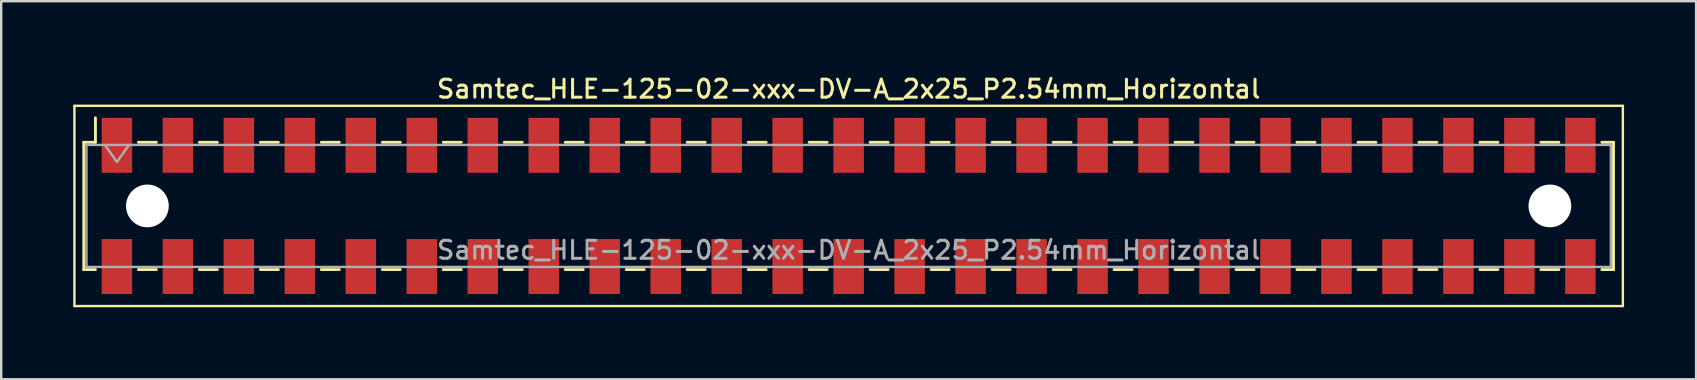
<source format=kicad_pcb>
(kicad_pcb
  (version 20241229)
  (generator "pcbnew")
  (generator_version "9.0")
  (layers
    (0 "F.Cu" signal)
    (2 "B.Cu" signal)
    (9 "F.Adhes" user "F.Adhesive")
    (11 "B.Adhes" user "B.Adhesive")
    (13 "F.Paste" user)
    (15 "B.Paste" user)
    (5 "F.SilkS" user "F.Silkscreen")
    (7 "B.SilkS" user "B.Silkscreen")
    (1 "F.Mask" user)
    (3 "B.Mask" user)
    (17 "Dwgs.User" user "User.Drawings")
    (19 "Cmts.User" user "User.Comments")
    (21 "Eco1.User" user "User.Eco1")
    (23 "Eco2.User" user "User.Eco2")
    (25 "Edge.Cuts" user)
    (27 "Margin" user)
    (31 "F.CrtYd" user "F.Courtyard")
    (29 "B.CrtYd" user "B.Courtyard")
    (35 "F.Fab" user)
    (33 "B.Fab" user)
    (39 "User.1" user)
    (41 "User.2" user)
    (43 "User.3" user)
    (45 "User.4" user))
  (footprint "Samtec_HLE-125-02-xxx-DV-A_2x25_P2.54mm_Horizontal"
    (layer "F.Cu")
    (at 32.3 5.528)
    (property "Reference" "Samtec_HLE-125-02-xxx-DV-A_2x25_P2.54mm_Horizontal" (at 0 -4.87 0) (layer "F.SilkS") (effects (font (size 0.75 0.75) (thickness 0.125))))
    (attr smd)
    (fp_line (start -32.25 -4.17) (end 32.25 -4.17) (stroke (width 0.1) (type solid)) (layer "F.SilkS"))
    (fp_line (start -32.25 4.17) (end -32.25 -4.17) (stroke (width 0.1) (type solid)) (layer "F.SilkS"))
    (fp_line (start -31.86 -2.65) (end -31.86 2.65) (stroke (width 0.12) (type solid)) (layer "F.SilkS"))
    (fp_line (start -31.86 2.65) (end -31.375 2.65) (stroke (width 0.12) (type solid)) (layer "F.SilkS"))
    (fp_line (start -31.375 -3.67) (end -31.375 -2.65) (stroke (width 0.12) (type solid)) (layer "F.SilkS"))
    (fp_line (start -31.375 -2.65) (end -31.86 -2.65) (stroke (width 0.12) (type solid)) (layer "F.SilkS"))
    (fp_line (start -29.585 -2.65) (end -28.835 -2.65) (stroke (width 0.12) (type solid)) (layer "F.SilkS"))
    (fp_line (start -29.585 2.65) (end -28.835 2.65) (stroke (width 0.12) (type solid)) (layer "F.SilkS"))
    (fp_line (start -27.045 -2.65) (end -26.295 -2.65) (stroke (width 0.12) (type solid)) (layer "F.SilkS"))
    (fp_line (start -27.045 2.65) (end -26.295 2.65) (stroke (width 0.12) (type solid)) (layer "F.SilkS"))
    (fp_line (start -24.505 -2.65) (end -23.755 -2.65) (stroke (width 0.12) (type solid)) (layer "F.SilkS"))
    (fp_line (start -24.505 2.65) (end -23.755 2.65) (stroke (width 0.12) (type solid)) (layer "F.SilkS"))
    (fp_line (start -21.965 -2.65) (end -21.215 -2.65) (stroke (width 0.12) (type solid)) (layer "F.SilkS"))
    (fp_line (start -21.965 2.65) (end -21.215 2.65) (stroke (width 0.12) (type solid)) (layer "F.SilkS"))
    (fp_line (start -19.425 -2.65) (end -18.675 -2.65) (stroke (width 0.12) (type solid)) (layer "F.SilkS"))
    (fp_line (start -19.425 2.65) (end -18.675 2.65) (stroke (width 0.12) (type solid)) (layer "F.SilkS"))
    (fp_line (start -16.885 -2.65) (end -16.135 -2.65) (stroke (width 0.12) (type solid)) (layer "F.SilkS"))
    (fp_line (start -16.885 2.65) (end -16.135 2.65) (stroke (width 0.12) (type solid)) (layer "F.SilkS"))
    (fp_line (start -14.345 -2.65) (end -13.595 -2.65) (stroke (width 0.12) (type solid)) (layer "F.SilkS"))
    (fp_line (start -14.345 2.65) (end -13.595 2.65) (stroke (width 0.12) (type solid)) (layer "F.SilkS"))
    (fp_line (start -11.805 -2.65) (end -11.055 -2.65) (stroke (width 0.12) (type solid)) (layer "F.SilkS"))
    (fp_line (start -11.805 2.65) (end -11.055 2.65) (stroke (width 0.12) (type solid)) (layer "F.SilkS"))
    (fp_line (start -9.265 -2.65) (end -8.515 -2.65) (stroke (width 0.12) (type solid)) (layer "F.SilkS"))
    (fp_line (start -9.265 2.65) (end -8.515 2.65) (stroke (width 0.12) (type solid)) (layer "F.SilkS"))
    (fp_line (start -6.725 -2.65) (end -5.975 -2.65) (stroke (width 0.12) (type solid)) (layer "F.SilkS"))
    (fp_line (start -6.725 2.65) (end -5.975 2.65) (stroke (width 0.12) (type solid)) (layer "F.SilkS"))
    (fp_line (start -4.185 -2.65) (end -3.435 -2.65) (stroke (width 0.12) (type solid)) (layer "F.SilkS"))
    (fp_line (start -4.185 2.65) (end -3.435 2.65) (stroke (width 0.12) (type solid)) (layer "F.SilkS"))
    (fp_line (start -1.645 -2.65) (end -0.895 -2.65) (stroke (width 0.12) (type solid)) (layer "F.SilkS"))
    (fp_line (start -1.645 2.65) (end -0.895 2.65) (stroke (width 0.12) (type solid)) (layer "F.SilkS"))
    (fp_line (start 0.895 -2.65) (end 1.645 -2.65) (stroke (width 0.12) (type solid)) (layer "F.SilkS"))
    (fp_line (start 0.895 2.65) (end 1.645 2.65) (stroke (width 0.12) (type solid)) (layer "F.SilkS"))
    (fp_line (start 3.435 -2.65) (end 4.185 -2.65) (stroke (width 0.12) (type solid)) (layer "F.SilkS"))
    (fp_line (start 3.435 2.65) (end 4.185 2.65) (stroke (width 0.12) (type solid)) (layer "F.SilkS"))
    (fp_line (start 5.975 -2.65) (end 6.725 -2.65) (stroke (width 0.12) (type solid)) (layer "F.SilkS"))
    (fp_line (start 5.975 2.65) (end 6.725 2.65) (stroke (width 0.12) (type solid)) (layer "F.SilkS"))
    (fp_line (start 8.515 -2.65) (end 9.265 -2.65) (stroke (width 0.12) (type solid)) (layer "F.SilkS"))
    (fp_line (start 8.515 2.65) (end 9.265 2.65) (stroke (width 0.12) (type solid)) (layer "F.SilkS"))
    (fp_line (start 11.055 -2.65) (end 11.805 -2.65) (stroke (width 0.12) (type solid)) (layer "F.SilkS"))
    (fp_line (start 11.055 2.65) (end 11.805 2.65) (stroke (width 0.12) (type solid)) (layer "F.SilkS"))
    (fp_line (start 13.595 -2.65) (end 14.345 -2.65) (stroke (width 0.12) (type solid)) (layer "F.SilkS"))
    (fp_line (start 13.595 2.65) (end 14.345 2.65) (stroke (width 0.12) (type solid)) (layer "F.SilkS"))
    (fp_line (start 16.135 -2.65) (end 16.885 -2.65) (stroke (width 0.12) (type solid)) (layer "F.SilkS"))
    (fp_line (start 16.135 2.65) (end 16.885 2.65) (stroke (width 0.12) (type solid)) (layer "F.SilkS"))
    (fp_line (start 18.675 -2.65) (end 19.425 -2.65) (stroke (width 0.12) (type solid)) (layer "F.SilkS"))
    (fp_line (start 18.675 2.65) (end 19.425 2.65) (stroke (width 0.12) (type solid)) (layer "F.SilkS"))
    (fp_line (start 21.215 -2.65) (end 21.965 -2.65) (stroke (width 0.12) (type solid)) (layer "F.SilkS"))
    (fp_line (start 21.215 2.65) (end 21.965 2.65) (stroke (width 0.12) (type solid)) (layer "F.SilkS"))
    (fp_line (start 23.755 -2.65) (end 24.505 -2.65) (stroke (width 0.12) (type solid)) (layer "F.SilkS"))
    (fp_line (start 23.755 2.65) (end 24.505 2.65) (stroke (width 0.12) (type solid)) (layer "F.SilkS"))
    (fp_line (start 26.295 -2.65) (end 27.045 -2.65) (stroke (width 0.12) (type solid)) (layer "F.SilkS"))
    (fp_line (start 26.295 2.65) (end 27.045 2.65) (stroke (width 0.12) (type solid)) (layer "F.SilkS"))
    (fp_line (start 28.835 -2.65) (end 29.585 -2.65) (stroke (width 0.12) (type solid)) (layer "F.SilkS"))
    (fp_line (start 28.835 2.65) (end 29.585 2.65) (stroke (width 0.12) (type solid)) (layer "F.SilkS"))
    (fp_line (start 31.375 -2.65) (end 31.86 -2.65) (stroke (width 0.12) (type solid)) (layer "F.SilkS"))
    (fp_line (start 31.86 -2.65) (end 31.86 2.65) (stroke (width 0.12) (type solid)) (layer "F.SilkS"))
    (fp_line (start 31.86 2.65) (end 31.375 2.65) (stroke (width 0.12) (type solid)) (layer "F.SilkS"))
    (fp_line (start 32.25 -4.17) (end 32.25 4.17) (stroke (width 0.1) (type solid)) (layer "F.SilkS"))
    (fp_line (start 32.25 4.17) (end -32.25 4.17) (stroke (width 0.1) (type solid)) (layer "F.SilkS"))
    (fp_line (start -31.75 -2.54) (end 31.75 -2.54) (stroke (width 0.1) (type solid)) (layer "F.Fab"))
    (fp_line (start -31.75 2.54) (end -31.75 -2.54) (stroke (width 0.1) (type solid)) (layer "F.Fab"))
    (fp_line (start -30.98 -2.54) (end -30.48 -1.833) (stroke (width 0.1) (type solid)) (layer "F.Fab"))
    (fp_line (start -30.48 -1.833) (end -29.98 -2.54) (stroke (width 0.1) (type solid)) (layer "F.Fab"))
    (fp_line (start 31.75 -2.54) (end 31.75 2.54) (stroke (width 0.1) (type solid)) (layer "F.Fab"))
    (fp_line (start 31.75 2.54) (end -31.75 2.54) (stroke (width 0.1) (type solid)) (layer "F.Fab"))
    (fp_text user "${REFERENCE}" (at 0 1.84 0) (layer "F.Fab") (effects (font (size 0.75 0.75) (thickness 0.125))))
    (pad "" np_thru_hole circle (at -29.21 0) (size 1.78 1.78) (drill 1.78) (layers "*.Cu" "*.Mask"))
    (pad "" np_thru_hole circle (at 29.21 0) (size 1.78 1.78) (drill 1.78) (layers "*.Cu" "*.Mask"))
    (pad "1" smd rect (at -30.48 -2.525) (size 1.27 2.29) (layers "F.Cu" "F.Mask" "F.Paste"))
    (pad "2" smd rect (at -30.48 2.525) (size 1.27 2.29) (layers "F.Cu" "F.Mask" "F.Paste"))
    (pad "3" smd rect (at -27.94 -2.525) (size 1.27 2.29) (layers "F.Cu" "F.Mask" "F.Paste"))
    (pad "4" smd rect (at -27.94 2.525) (size 1.27 2.29) (layers "F.Cu" "F.Mask" "F.Paste"))
    (pad "5" smd rect (at -25.4 -2.525) (size 1.27 2.29) (layers "F.Cu" "F.Mask" "F.Paste"))
    (pad "6" smd rect (at -25.4 2.525) (size 1.27 2.29) (layers "F.Cu" "F.Mask" "F.Paste"))
    (pad "7" smd rect (at -22.86 -2.525) (size 1.27 2.29) (layers "F.Cu" "F.Mask" "F.Paste"))
    (pad "8" smd rect (at -22.86 2.525) (size 1.27 2.29) (layers "F.Cu" "F.Mask" "F.Paste"))
    (pad "9" smd rect (at -20.32 -2.525) (size 1.27 2.29) (layers "F.Cu" "F.Mask" "F.Paste"))
    (pad "10" smd rect (at -20.32 2.525) (size 1.27 2.29) (layers "F.Cu" "F.Mask" "F.Paste"))
    (pad "11" smd rect (at -17.78 -2.525) (size 1.27 2.29) (layers "F.Cu" "F.Mask" "F.Paste"))
    (pad "12" smd rect (at -17.78 2.525) (size 1.27 2.29) (layers "F.Cu" "F.Mask" "F.Paste"))
    (pad "13" smd rect (at -15.24 -2.525) (size 1.27 2.29) (layers "F.Cu" "F.Mask" "F.Paste"))
    (pad "14" smd rect (at -15.24 2.525) (size 1.27 2.29) (layers "F.Cu" "F.Mask" "F.Paste"))
    (pad "15" smd rect (at -12.7 -2.525) (size 1.27 2.29) (layers "F.Cu" "F.Mask" "F.Paste"))
    (pad "16" smd rect (at -12.7 2.525) (size 1.27 2.29) (layers "F.Cu" "F.Mask" "F.Paste"))
    (pad "17" smd rect (at -10.16 -2.525) (size 1.27 2.29) (layers "F.Cu" "F.Mask" "F.Paste"))
    (pad "18" smd rect (at -10.16 2.525) (size 1.27 2.29) (layers "F.Cu" "F.Mask" "F.Paste"))
    (pad "19" smd rect (at -7.62 -2.525) (size 1.27 2.29) (layers "F.Cu" "F.Mask" "F.Paste"))
    (pad "20" smd rect (at -7.62 2.525) (size 1.27 2.29) (layers "F.Cu" "F.Mask" "F.Paste"))
    (pad "21" smd rect (at -5.08 -2.525) (size 1.27 2.29) (layers "F.Cu" "F.Mask" "F.Paste"))
    (pad "22" smd rect (at -5.08 2.525) (size 1.27 2.29) (layers "F.Cu" "F.Mask" "F.Paste"))
    (pad "23" smd rect (at -2.54 -2.525) (size 1.27 2.29) (layers "F.Cu" "F.Mask" "F.Paste"))
    (pad "24" smd rect (at -2.54 2.525) (size 1.27 2.29) (layers "F.Cu" "F.Mask" "F.Paste"))
    (pad "25" smd rect (at 0 -2.525) (size 1.27 2.29) (layers "F.Cu" "F.Mask" "F.Paste"))
    (pad "26" smd rect (at 0 2.525) (size 1.27 2.29) (layers "F.Cu" "F.Mask" "F.Paste"))
    (pad "27" smd rect (at 2.54 -2.525) (size 1.27 2.29) (layers "F.Cu" "F.Mask" "F.Paste"))
    (pad "28" smd rect (at 2.54 2.525) (size 1.27 2.29) (layers "F.Cu" "F.Mask" "F.Paste"))
    (pad "29" smd rect (at 5.08 -2.525) (size 1.27 2.29) (layers "F.Cu" "F.Mask" "F.Paste"))
    (pad "30" smd rect (at 5.08 2.525) (size 1.27 2.29) (layers "F.Cu" "F.Mask" "F.Paste"))
    (pad "31" smd rect (at 7.62 -2.525) (size 1.27 2.29) (layers "F.Cu" "F.Mask" "F.Paste"))
    (pad "32" smd rect (at 7.62 2.525) (size 1.27 2.29) (layers "F.Cu" "F.Mask" "F.Paste"))
    (pad "33" smd rect (at 10.16 -2.525) (size 1.27 2.29) (layers "F.Cu" "F.Mask" "F.Paste"))
    (pad "34" smd rect (at 10.16 2.525) (size 1.27 2.29) (layers "F.Cu" "F.Mask" "F.Paste"))
    (pad "35" smd rect (at 12.7 -2.525) (size 1.27 2.29) (layers "F.Cu" "F.Mask" "F.Paste"))
    (pad "36" smd rect (at 12.7 2.525) (size 1.27 2.29) (layers "F.Cu" "F.Mask" "F.Paste"))
    (pad "37" smd rect (at 15.24 -2.525) (size 1.27 2.29) (layers "F.Cu" "F.Mask" "F.Paste"))
    (pad "38" smd rect (at 15.24 2.525) (size 1.27 2.29) (layers "F.Cu" "F.Mask" "F.Paste"))
    (pad "39" smd rect (at 17.78 -2.525) (size 1.27 2.29) (layers "F.Cu" "F.Mask" "F.Paste"))
    (pad "40" smd rect (at 17.78 2.525) (size 1.27 2.29) (layers "F.Cu" "F.Mask" "F.Paste"))
    (pad "41" smd rect (at 20.32 -2.525) (size 1.27 2.29) (layers "F.Cu" "F.Mask" "F.Paste"))
    (pad "42" smd rect (at 20.32 2.525) (size 1.27 2.29) (layers "F.Cu" "F.Mask" "F.Paste"))
    (pad "43" smd rect (at 22.86 -2.525) (size 1.27 2.29) (layers "F.Cu" "F.Mask" "F.Paste"))
    (pad "44" smd rect (at 22.86 2.525) (size 1.27 2.29) (layers "F.Cu" "F.Mask" "F.Paste"))
    (pad "45" smd rect (at 25.4 -2.525) (size 1.27 2.29) (layers "F.Cu" "F.Mask" "F.Paste"))
    (pad "46" smd rect (at 25.4 2.525) (size 1.27 2.29) (layers "F.Cu" "F.Mask" "F.Paste"))
    (pad "47" smd rect (at 27.94 -2.525) (size 1.27 2.29) (layers "F.Cu" "F.Mask" "F.Paste"))
    (pad "48" smd rect (at 27.94 2.525) (size 1.27 2.29) (layers "F.Cu" "F.Mask" "F.Paste"))
    (pad "49" smd rect (at 30.48 -2.525) (size 1.27 2.29) (layers "F.Cu" "F.Mask" "F.Paste"))
    (pad "50" smd rect (at 30.48 2.525) (size 1.27 2.29) (layers "F.Cu" "F.Mask" "F.Paste")))
  (gr_rect
    (start -3 -3)
    (end 67.6 12.748)
    (stroke (width 0.1) (type default))
    (fill no)
    (layer "Edge.Cuts")))
</source>
